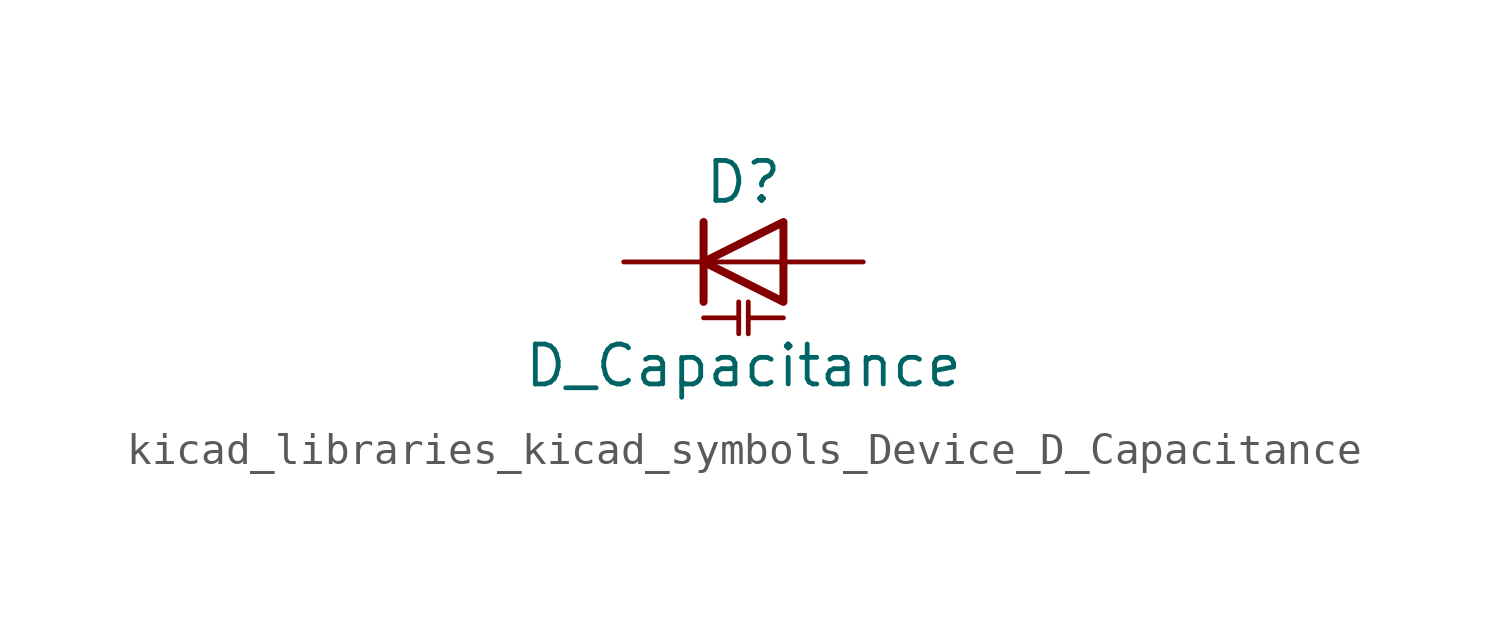
<source format=kicad_sym>
(kicad_symbol_lib
  (version 20220914)
  (generator kicad_symbol_editor)
  (symbol "kicad_libraries_kicad_symbols_Device_D_Capacitance"
    (pin_numbers hide)
    (pin_names
      (offset 1.016) hide)
    (property "Reference" "D"
      (at 0 2.54 0)
      (effects (font (size 1.27 1.27))))
    (property "Value" "D_Capacitance"
      (at 0 -3.302 0)
      (effects (font (size 1.27 1.27))))
    (symbol "kicad_libraries_kicad_symbols_Device_D_Capacitance_0_1"
      (polyline (pts (xy -1.27 -1.778) (xy -0.152 -1.778)) (stroke (width 0) (type default)) (fill (type none)))
      (polyline (pts (xy -1.27 0) (xy 1.27 0)) (stroke (width 0) (type default)) (fill (type none)))
      (polyline (pts (xy -1.27 1.27) (xy -1.27 -1.27)) (stroke (width 0.254) (type default)) (fill (type none)))
      (polyline (pts (xy -0.152 -1.27) (xy -0.152 -2.286)) (stroke (width 0) (type default)) (fill (type none)))
      (polyline (pts (xy 0.152 -1.778) (xy 1.27 -1.778)) (stroke (width 0) (type default)) (fill (type none)))
      (polyline (pts (xy 0.152 -1.27) (xy 0.152 -2.286)) (stroke (width 0) (type default)) (fill (type none)))
      (polyline (pts (xy 1.27 1.27) (xy 1.27 -1.27) (xy -1.27 0) (xy 1.27 1.27)) (stroke (width 0.254) (type default)) (fill (type none))))
    (symbol "kicad_libraries_kicad_symbols_Device_D_Capacitance_1_1"
      (pin passive line (at -3.81 0 0) (length 2.54) (name "K" (effects (font (size 1.27 1.27)))) (number "1" (effects (font (size 1.27 1.27)))))
      (pin passive line (at 3.81 0 180) (length 2.54) (name "A" (effects (font (size 1.27 1.27)))) (number "2" (effects (font (size 1.27 1.27))))))))
</source>
